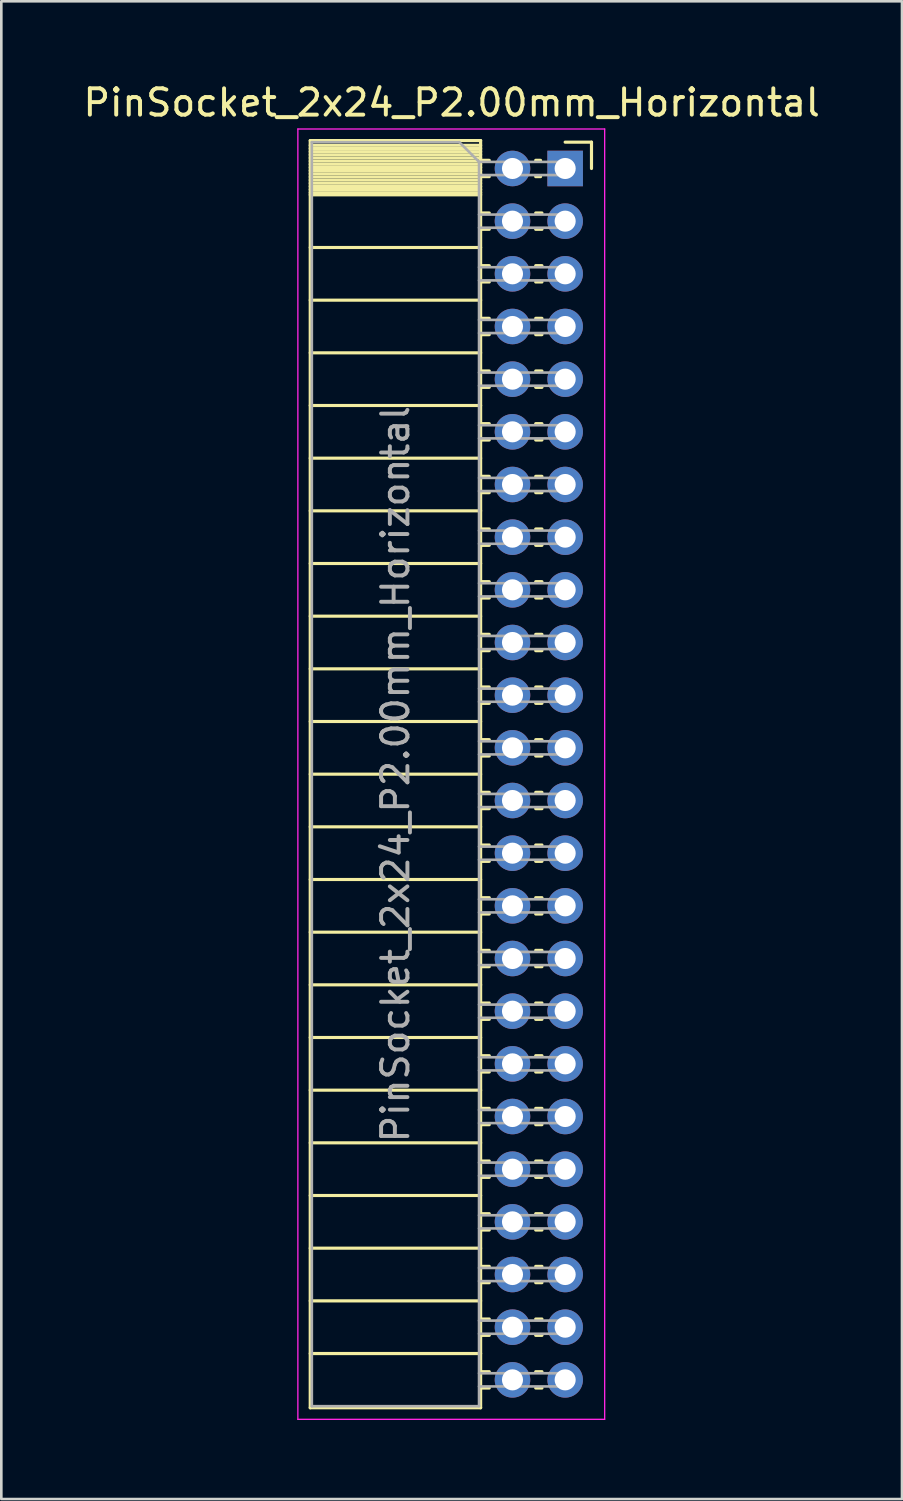
<source format=kicad_pcb>
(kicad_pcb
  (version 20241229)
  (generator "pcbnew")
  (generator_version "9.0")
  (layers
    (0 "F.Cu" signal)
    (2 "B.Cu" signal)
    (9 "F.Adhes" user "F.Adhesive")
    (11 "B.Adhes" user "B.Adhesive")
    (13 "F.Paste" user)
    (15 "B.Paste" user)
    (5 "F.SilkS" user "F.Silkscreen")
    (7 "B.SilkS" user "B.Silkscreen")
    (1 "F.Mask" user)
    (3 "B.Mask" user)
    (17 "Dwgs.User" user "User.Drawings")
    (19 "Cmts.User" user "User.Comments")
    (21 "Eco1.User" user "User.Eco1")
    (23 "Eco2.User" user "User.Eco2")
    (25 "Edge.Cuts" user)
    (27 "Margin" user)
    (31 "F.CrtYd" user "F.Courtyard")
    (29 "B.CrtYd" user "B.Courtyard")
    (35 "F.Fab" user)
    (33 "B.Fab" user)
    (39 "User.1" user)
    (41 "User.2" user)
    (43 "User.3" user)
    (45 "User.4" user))
  (footprint "PinSocket_2x24_P2.00mm_Horizontal"
    (layer "F.Cu")
    (at 18.411 3.348)
    (property "Reference" "PinSocket_2x24_P2.00mm_Horizontal" (at -4.31 -2.5 0) (layer "F.SilkS") (effects (font (size 1 1) (thickness 0.15))))
    (attr through_hole)
    (fp_line (start -9.68 -1.06) (end -9.68 47.06) (stroke (width 0.12) (type solid)) (layer "F.SilkS"))
    (fp_line (start -9.68 -1.06) (end -3.21 -1.06) (stroke (width 0.12) (type solid)) (layer "F.SilkS"))
    (fp_line (start -9.68 -0.88) (end -3.21 -0.88) (stroke (width 0.12) (type solid)) (layer "F.SilkS"))
    (fp_line (start -9.68 -0.76) (end -3.21 -0.76) (stroke (width 0.12) (type solid)) (layer "F.SilkS"))
    (fp_line (start -9.68 -0.64) (end -3.21 -0.64) (stroke (width 0.12) (type solid)) (layer "F.SilkS"))
    (fp_line (start -9.68 -0.52) (end -3.21 -0.52) (stroke (width 0.12) (type solid)) (layer "F.SilkS"))
    (fp_line (start -9.68 -0.4) (end -3.21 -0.4) (stroke (width 0.12) (type solid)) (layer "F.SilkS"))
    (fp_line (start -9.68 -0.28) (end -3.21 -0.28) (stroke (width 0.12) (type solid)) (layer "F.SilkS"))
    (fp_line (start -9.68 -0.16) (end -3.21 -0.16) (stroke (width 0.12) (type solid)) (layer "F.SilkS"))
    (fp_line (start -9.68 -0.04) (end -3.21 -0.04) (stroke (width 0.12) (type solid)) (layer "F.SilkS"))
    (fp_line (start -9.68 0.08) (end -3.21 0.08) (stroke (width 0.12) (type solid)) (layer "F.SilkS"))
    (fp_line (start -9.68 0.2) (end -3.21 0.2) (stroke (width 0.12) (type solid)) (layer "F.SilkS"))
    (fp_line (start -9.68 0.32) (end -3.21 0.32) (stroke (width 0.12) (type solid)) (layer "F.SilkS"))
    (fp_line (start -9.68 0.44) (end -3.21 0.44) (stroke (width 0.12) (type solid)) (layer "F.SilkS"))
    (fp_line (start -9.68 0.56) (end -3.21 0.56) (stroke (width 0.12) (type solid)) (layer "F.SilkS"))
    (fp_line (start -9.68 0.68) (end -3.21 0.68) (stroke (width 0.12) (type solid)) (layer "F.SilkS"))
    (fp_line (start -9.68 0.8) (end -3.21 0.8) (stroke (width 0.12) (type solid)) (layer "F.SilkS"))
    (fp_line (start -9.68 0.92) (end -3.21 0.92) (stroke (width 0.12) (type solid)) (layer "F.SilkS"))
    (fp_line (start -9.68 1) (end -3.21 1) (stroke (width 0.12) (type solid)) (layer "F.SilkS"))
    (fp_line (start -9.68 3) (end -3.21 3) (stroke (width 0.12) (type solid)) (layer "F.SilkS"))
    (fp_line (start -9.68 5) (end -3.21 5) (stroke (width 0.12) (type solid)) (layer "F.SilkS"))
    (fp_line (start -9.68 7) (end -3.21 7) (stroke (width 0.12) (type solid)) (layer "F.SilkS"))
    (fp_line (start -9.68 9) (end -3.21 9) (stroke (width 0.12) (type solid)) (layer "F.SilkS"))
    (fp_line (start -9.68 11) (end -3.21 11) (stroke (width 0.12) (type solid)) (layer "F.SilkS"))
    (fp_line (start -9.68 13) (end -3.21 13) (stroke (width 0.12) (type solid)) (layer "F.SilkS"))
    (fp_line (start -9.68 15) (end -3.21 15) (stroke (width 0.12) (type solid)) (layer "F.SilkS"))
    (fp_line (start -9.68 17) (end -3.21 17) (stroke (width 0.12) (type solid)) (layer "F.SilkS"))
    (fp_line (start -9.68 19) (end -3.21 19) (stroke (width 0.12) (type solid)) (layer "F.SilkS"))
    (fp_line (start -9.68 21) (end -3.21 21) (stroke (width 0.12) (type solid)) (layer "F.SilkS"))
    (fp_line (start -9.68 23) (end -3.21 23) (stroke (width 0.12) (type solid)) (layer "F.SilkS"))
    (fp_line (start -9.68 25) (end -3.21 25) (stroke (width 0.12) (type solid)) (layer "F.SilkS"))
    (fp_line (start -9.68 27) (end -3.21 27) (stroke (width 0.12) (type solid)) (layer "F.SilkS"))
    (fp_line (start -9.68 29) (end -3.21 29) (stroke (width 0.12) (type solid)) (layer "F.SilkS"))
    (fp_line (start -9.68 31) (end -3.21 31) (stroke (width 0.12) (type solid)) (layer "F.SilkS"))
    (fp_line (start -9.68 33) (end -3.21 33) (stroke (width 0.12) (type solid)) (layer "F.SilkS"))
    (fp_line (start -9.68 35) (end -3.21 35) (stroke (width 0.12) (type solid)) (layer "F.SilkS"))
    (fp_line (start -9.68 37) (end -3.21 37) (stroke (width 0.12) (type solid)) (layer "F.SilkS"))
    (fp_line (start -9.68 39) (end -3.21 39) (stroke (width 0.12) (type solid)) (layer "F.SilkS"))
    (fp_line (start -9.68 41) (end -3.21 41) (stroke (width 0.12) (type solid)) (layer "F.SilkS"))
    (fp_line (start -9.68 43) (end -3.21 43) (stroke (width 0.12) (type solid)) (layer "F.SilkS"))
    (fp_line (start -9.68 45) (end -3.21 45) (stroke (width 0.12) (type solid)) (layer "F.SilkS"))
    (fp_line (start -9.68 47.06) (end -3.21 47.06) (stroke (width 0.12) (type solid)) (layer "F.SilkS"))
    (fp_line (start -3.21 -1.06) (end -3.21 47.06) (stroke (width 0.12) (type solid)) (layer "F.SilkS"))
    (fp_line (start -3.21 -0.31) (end -2.882 -0.31) (stroke (width 0.12) (type solid)) (layer "F.SilkS"))
    (fp_line (start -3.21 0.31) (end -2.882 0.31) (stroke (width 0.12) (type solid)) (layer "F.SilkS"))
    (fp_line (start -3.21 1.69) (end -2.882 1.69) (stroke (width 0.12) (type solid)) (layer "F.SilkS"))
    (fp_line (start -3.21 2.31) (end -2.882 2.31) (stroke (width 0.12) (type solid)) (layer "F.SilkS"))
    (fp_line (start -3.21 3.69) (end -2.882 3.69) (stroke (width 0.12) (type solid)) (layer "F.SilkS"))
    (fp_line (start -3.21 4.31) (end -2.882 4.31) (stroke (width 0.12) (type solid)) (layer "F.SilkS"))
    (fp_line (start -3.21 5.69) (end -2.882 5.69) (stroke (width 0.12) (type solid)) (layer "F.SilkS"))
    (fp_line (start -3.21 6.31) (end -2.882 6.31) (stroke (width 0.12) (type solid)) (layer "F.SilkS"))
    (fp_line (start -3.21 7.69) (end -2.882 7.69) (stroke (width 0.12) (type solid)) (layer "F.SilkS"))
    (fp_line (start -3.21 8.31) (end -2.882 8.31) (stroke (width 0.12) (type solid)) (layer "F.SilkS"))
    (fp_line (start -3.21 9.69) (end -2.882 9.69) (stroke (width 0.12) (type solid)) (layer "F.SilkS"))
    (fp_line (start -3.21 10.31) (end -2.882 10.31) (stroke (width 0.12) (type solid)) (layer "F.SilkS"))
    (fp_line (start -3.21 11.69) (end -2.882 11.69) (stroke (width 0.12) (type solid)) (layer "F.SilkS"))
    (fp_line (start -3.21 12.31) (end -2.882 12.31) (stroke (width 0.12) (type solid)) (layer "F.SilkS"))
    (fp_line (start -3.21 13.69) (end -2.882 13.69) (stroke (width 0.12) (type solid)) (layer "F.SilkS"))
    (fp_line (start -3.21 14.31) (end -2.882 14.31) (stroke (width 0.12) (type solid)) (layer "F.SilkS"))
    (fp_line (start -3.21 15.69) (end -2.882 15.69) (stroke (width 0.12) (type solid)) (layer "F.SilkS"))
    (fp_line (start -3.21 16.31) (end -2.882 16.31) (stroke (width 0.12) (type solid)) (layer "F.SilkS"))
    (fp_line (start -3.21 17.69) (end -2.882 17.69) (stroke (width 0.12) (type solid)) (layer "F.SilkS"))
    (fp_line (start -3.21 18.31) (end -2.882 18.31) (stroke (width 0.12) (type solid)) (layer "F.SilkS"))
    (fp_line (start -3.21 19.69) (end -2.882 19.69) (stroke (width 0.12) (type solid)) (layer "F.SilkS"))
    (fp_line (start -3.21 20.31) (end -2.882 20.31) (stroke (width 0.12) (type solid)) (layer "F.SilkS"))
    (fp_line (start -3.21 21.69) (end -2.882 21.69) (stroke (width 0.12) (type solid)) (layer "F.SilkS"))
    (fp_line (start -3.21 22.31) (end -2.882 22.31) (stroke (width 0.12) (type solid)) (layer "F.SilkS"))
    (fp_line (start -3.21 23.69) (end -2.882 23.69) (stroke (width 0.12) (type solid)) (layer "F.SilkS"))
    (fp_line (start -3.21 24.31) (end -2.882 24.31) (stroke (width 0.12) (type solid)) (layer "F.SilkS"))
    (fp_line (start -3.21 25.69) (end -2.882 25.69) (stroke (width 0.12) (type solid)) (layer "F.SilkS"))
    (fp_line (start -3.21 26.31) (end -2.882 26.31) (stroke (width 0.12) (type solid)) (layer "F.SilkS"))
    (fp_line (start -3.21 27.69) (end -2.882 27.69) (stroke (width 0.12) (type solid)) (layer "F.SilkS"))
    (fp_line (start -3.21 28.31) (end -2.882 28.31) (stroke (width 0.12) (type solid)) (layer "F.SilkS"))
    (fp_line (start -3.21 29.69) (end -2.882 29.69) (stroke (width 0.12) (type solid)) (layer "F.SilkS"))
    (fp_line (start -3.21 30.31) (end -2.882 30.31) (stroke (width 0.12) (type solid)) (layer "F.SilkS"))
    (fp_line (start -3.21 31.69) (end -2.882 31.69) (stroke (width 0.12) (type solid)) (layer "F.SilkS"))
    (fp_line (start -3.21 32.31) (end -2.882 32.31) (stroke (width 0.12) (type solid)) (layer "F.SilkS"))
    (fp_line (start -3.21 33.69) (end -2.882 33.69) (stroke (width 0.12) (type solid)) (layer "F.SilkS"))
    (fp_line (start -3.21 34.31) (end -2.882 34.31) (stroke (width 0.12) (type solid)) (layer "F.SilkS"))
    (fp_line (start -3.21 35.69) (end -2.882 35.69) (stroke (width 0.12) (type solid)) (layer "F.SilkS"))
    (fp_line (start -3.21 36.31) (end -2.882 36.31) (stroke (width 0.12) (type solid)) (layer "F.SilkS"))
    (fp_line (start -3.21 37.69) (end -2.882 37.69) (stroke (width 0.12) (type solid)) (layer "F.SilkS"))
    (fp_line (start -3.21 38.31) (end -2.882 38.31) (stroke (width 0.12) (type solid)) (layer "F.SilkS"))
    (fp_line (start -3.21 39.69) (end -2.882 39.69) (stroke (width 0.12) (type solid)) (layer "F.SilkS"))
    (fp_line (start -3.21 40.31) (end -2.882 40.31) (stroke (width 0.12) (type solid)) (layer "F.SilkS"))
    (fp_line (start -3.21 41.69) (end -2.882 41.69) (stroke (width 0.12) (type solid)) (layer "F.SilkS"))
    (fp_line (start -3.21 42.31) (end -2.882 42.31) (stroke (width 0.12) (type solid)) (layer "F.SilkS"))
    (fp_line (start -3.21 43.69) (end -2.882 43.69) (stroke (width 0.12) (type solid)) (layer "F.SilkS"))
    (fp_line (start -3.21 44.31) (end -2.882 44.31) (stroke (width 0.12) (type solid)) (layer "F.SilkS"))
    (fp_line (start -3.21 45.69) (end -2.882 45.69) (stroke (width 0.12) (type solid)) (layer "F.SilkS"))
    (fp_line (start -3.21 46.31) (end -2.882 46.31) (stroke (width 0.12) (type solid)) (layer "F.SilkS"))
    (fp_line (start -1.118 -0.31) (end -0.935 -0.31) (stroke (width 0.12) (type solid)) (layer "F.SilkS"))
    (fp_line (start -1.118 0.31) (end -0.935 0.31) (stroke (width 0.12) (type solid)) (layer "F.SilkS"))
    (fp_line (start -1.118 1.69) (end -0.882 1.69) (stroke (width 0.12) (type solid)) (layer "F.SilkS"))
    (fp_line (start -1.118 2.31) (end -0.882 2.31) (stroke (width 0.12) (type solid)) (layer "F.SilkS"))
    (fp_line (start -1.118 3.69) (end -0.882 3.69) (stroke (width 0.12) (type solid)) (layer "F.SilkS"))
    (fp_line (start -1.118 4.31) (end -0.882 4.31) (stroke (width 0.12) (type solid)) (layer "F.SilkS"))
    (fp_line (start -1.118 5.69) (end -0.882 5.69) (stroke (width 0.12) (type solid)) (layer "F.SilkS"))
    (fp_line (start -1.118 6.31) (end -0.882 6.31) (stroke (width 0.12) (type solid)) (layer "F.SilkS"))
    (fp_line (start -1.118 7.69) (end -0.882 7.69) (stroke (width 0.12) (type solid)) (layer "F.SilkS"))
    (fp_line (start -1.118 8.31) (end -0.882 8.31) (stroke (width 0.12) (type solid)) (layer "F.SilkS"))
    (fp_line (start -1.118 9.69) (end -0.882 9.69) (stroke (width 0.12) (type solid)) (layer "F.SilkS"))
    (fp_line (start -1.118 10.31) (end -0.882 10.31) (stroke (width 0.12) (type solid)) (layer "F.SilkS"))
    (fp_line (start -1.118 11.69) (end -0.882 11.69) (stroke (width 0.12) (type solid)) (layer "F.SilkS"))
    (fp_line (start -1.118 12.31) (end -0.882 12.31) (stroke (width 0.12) (type solid)) (layer "F.SilkS"))
    (fp_line (start -1.118 13.69) (end -0.882 13.69) (stroke (width 0.12) (type solid)) (layer "F.SilkS"))
    (fp_line (start -1.118 14.31) (end -0.882 14.31) (stroke (width 0.12) (type solid)) (layer "F.SilkS"))
    (fp_line (start -1.118 15.69) (end -0.882 15.69) (stroke (width 0.12) (type solid)) (layer "F.SilkS"))
    (fp_line (start -1.118 16.31) (end -0.882 16.31) (stroke (width 0.12) (type solid)) (layer "F.SilkS"))
    (fp_line (start -1.118 17.69) (end -0.882 17.69) (stroke (width 0.12) (type solid)) (layer "F.SilkS"))
    (fp_line (start -1.118 18.31) (end -0.882 18.31) (stroke (width 0.12) (type solid)) (layer "F.SilkS"))
    (fp_line (start -1.118 19.69) (end -0.882 19.69) (stroke (width 0.12) (type solid)) (layer "F.SilkS"))
    (fp_line (start -1.118 20.31) (end -0.882 20.31) (stroke (width 0.12) (type solid)) (layer "F.SilkS"))
    (fp_line (start -1.118 21.69) (end -0.882 21.69) (stroke (width 0.12) (type solid)) (layer "F.SilkS"))
    (fp_line (start -1.118 22.31) (end -0.882 22.31) (stroke (width 0.12) (type solid)) (layer "F.SilkS"))
    (fp_line (start -1.118 23.69) (end -0.882 23.69) (stroke (width 0.12) (type solid)) (layer "F.SilkS"))
    (fp_line (start -1.118 24.31) (end -0.882 24.31) (stroke (width 0.12) (type solid)) (layer "F.SilkS"))
    (fp_line (start -1.118 25.69) (end -0.882 25.69) (stroke (width 0.12) (type solid)) (layer "F.SilkS"))
    (fp_line (start -1.118 26.31) (end -0.882 26.31) (stroke (width 0.12) (type solid)) (layer "F.SilkS"))
    (fp_line (start -1.118 27.69) (end -0.882 27.69) (stroke (width 0.12) (type solid)) (layer "F.SilkS"))
    (fp_line (start -1.118 28.31) (end -0.882 28.31) (stroke (width 0.12) (type solid)) (layer "F.SilkS"))
    (fp_line (start -1.118 29.69) (end -0.882 29.69) (stroke (width 0.12) (type solid)) (layer "F.SilkS"))
    (fp_line (start -1.118 30.31) (end -0.882 30.31) (stroke (width 0.12) (type solid)) (layer "F.SilkS"))
    (fp_line (start -1.118 31.69) (end -0.882 31.69) (stroke (width 0.12) (type solid)) (layer "F.SilkS"))
    (fp_line (start -1.118 32.31) (end -0.882 32.31) (stroke (width 0.12) (type solid)) (layer "F.SilkS"))
    (fp_line (start -1.118 33.69) (end -0.882 33.69) (stroke (width 0.12) (type solid)) (layer "F.SilkS"))
    (fp_line (start -1.118 34.31) (end -0.882 34.31) (stroke (width 0.12) (type solid)) (layer "F.SilkS"))
    (fp_line (start -1.118 35.69) (end -0.882 35.69) (stroke (width 0.12) (type solid)) (layer "F.SilkS"))
    (fp_line (start -1.118 36.31) (end -0.882 36.31) (stroke (width 0.12) (type solid)) (layer "F.SilkS"))
    (fp_line (start -1.118 37.69) (end -0.882 37.69) (stroke (width 0.12) (type solid)) (layer "F.SilkS"))
    (fp_line (start -1.118 38.31) (end -0.882 38.31) (stroke (width 0.12) (type solid)) (layer "F.SilkS"))
    (fp_line (start -1.118 39.69) (end -0.882 39.69) (stroke (width 0.12) (type solid)) (layer "F.SilkS"))
    (fp_line (start -1.118 40.31) (end -0.882 40.31) (stroke (width 0.12) (type solid)) (layer "F.SilkS"))
    (fp_line (start -1.118 41.69) (end -0.882 41.69) (stroke (width 0.12) (type solid)) (layer "F.SilkS"))
    (fp_line (start -1.118 42.31) (end -0.882 42.31) (stroke (width 0.12) (type solid)) (layer "F.SilkS"))
    (fp_line (start -1.118 43.69) (end -0.882 43.69) (stroke (width 0.12) (type solid)) (layer "F.SilkS"))
    (fp_line (start -1.118 44.31) (end -0.882 44.31) (stroke (width 0.12) (type solid)) (layer "F.SilkS"))
    (fp_line (start -1.118 45.69) (end -0.882 45.69) (stroke (width 0.12) (type solid)) (layer "F.SilkS"))
    (fp_line (start -1.118 46.31) (end -0.882 46.31) (stroke (width 0.12) (type solid)) (layer "F.SilkS"))
    (fp_line (start 0 -1) (end 1 -1) (stroke (width 0.12) (type solid)) (layer "F.SilkS"))
    (fp_line (start 1 -1) (end 1 0) (stroke (width 0.12) (type solid)) (layer "F.SilkS"))
    (fp_line (start -10.15 -1.5) (end -10.15 47.5) (stroke (width 0.05) (type solid)) (layer "F.CrtYd"))
    (fp_line (start -10.15 47.5) (end 1.5 47.5) (stroke (width 0.05) (type solid)) (layer "F.CrtYd"))
    (fp_line (start 1.5 -1.5) (end -10.15 -1.5) (stroke (width 0.05) (type solid)) (layer "F.CrtYd"))
    (fp_line (start 1.5 47.5) (end 1.5 -1.5) (stroke (width 0.05) (type solid)) (layer "F.CrtYd"))
    (fp_line (start -9.62 -1) (end -4.02 -1) (stroke (width 0.1) (type solid)) (layer "F.Fab"))
    (fp_line (start -9.62 47) (end -9.62 -1) (stroke (width 0.1) (type solid)) (layer "F.Fab"))
    (fp_line (start -4.02 -1) (end -3.27 -0.25) (stroke (width 0.1) (type solid)) (layer "F.Fab"))
    (fp_line (start -3.27 -0.25) (end -3.27 47) (stroke (width 0.1) (type solid)) (layer "F.Fab"))
    (fp_line (start -3.27 0.25) (end 0 0.25) (stroke (width 0.1) (type solid)) (layer "F.Fab"))
    (fp_line (start -3.27 2.25) (end 0 2.25) (stroke (width 0.1) (type solid)) (layer "F.Fab"))
    (fp_line (start -3.27 4.25) (end 0 4.25) (stroke (width 0.1) (type solid)) (layer "F.Fab"))
    (fp_line (start -3.27 6.25) (end 0 6.25) (stroke (width 0.1) (type solid)) (layer "F.Fab"))
    (fp_line (start -3.27 8.25) (end 0 8.25) (stroke (width 0.1) (type solid)) (layer "F.Fab"))
    (fp_line (start -3.27 10.25) (end 0 10.25) (stroke (width 0.1) (type solid)) (layer "F.Fab"))
    (fp_line (start -3.27 12.25) (end 0 12.25) (stroke (width 0.1) (type solid)) (layer "F.Fab"))
    (fp_line (start -3.27 14.25) (end 0 14.25) (stroke (width 0.1) (type solid)) (layer "F.Fab"))
    (fp_line (start -3.27 16.25) (end 0 16.25) (stroke (width 0.1) (type solid)) (layer "F.Fab"))
    (fp_line (start -3.27 18.25) (end 0 18.25) (stroke (width 0.1) (type solid)) (layer "F.Fab"))
    (fp_line (start -3.27 20.25) (end 0 20.25) (stroke (width 0.1) (type solid)) (layer "F.Fab"))
    (fp_line (start -3.27 22.25) (end 0 22.25) (stroke (width 0.1) (type solid)) (layer "F.Fab"))
    (fp_line (start -3.27 24.25) (end 0 24.25) (stroke (width 0.1) (type solid)) (layer "F.Fab"))
    (fp_line (start -3.27 26.25) (end 0 26.25) (stroke (width 0.1) (type solid)) (layer "F.Fab"))
    (fp_line (start -3.27 28.25) (end 0 28.25) (stroke (width 0.1) (type solid)) (layer "F.Fab"))
    (fp_line (start -3.27 30.25) (end 0 30.25) (stroke (width 0.1) (type solid)) (layer "F.Fab"))
    (fp_line (start -3.27 32.25) (end 0 32.25) (stroke (width 0.1) (type solid)) (layer "F.Fab"))
    (fp_line (start -3.27 34.25) (end 0 34.25) (stroke (width 0.1) (type solid)) (layer "F.Fab"))
    (fp_line (start -3.27 36.25) (end 0 36.25) (stroke (width 0.1) (type solid)) (layer "F.Fab"))
    (fp_line (start -3.27 38.25) (end 0 38.25) (stroke (width 0.1) (type solid)) (layer "F.Fab"))
    (fp_line (start -3.27 40.25) (end 0 40.25) (stroke (width 0.1) (type solid)) (layer "F.Fab"))
    (fp_line (start -3.27 42.25) (end 0 42.25) (stroke (width 0.1) (type solid)) (layer "F.Fab"))
    (fp_line (start -3.27 44.25) (end 0 44.25) (stroke (width 0.1) (type solid)) (layer "F.Fab"))
    (fp_line (start -3.27 46.25) (end 0 46.25) (stroke (width 0.1) (type solid)) (layer "F.Fab"))
    (fp_line (start -3.27 47) (end -9.62 47) (stroke (width 0.1) (type solid)) (layer "F.Fab"))
    (fp_line (start 0 -0.25) (end -3.27 -0.25) (stroke (width 0.1) (type solid)) (layer "F.Fab"))
    (fp_line (start 0 0.25) (end 0 -0.25) (stroke (width 0.1) (type solid)) (layer "F.Fab"))
    (fp_line (start 0 1.75) (end -3.27 1.75) (stroke (width 0.1) (type solid)) (layer "F.Fab"))
    (fp_line (start 0 2.25) (end 0 1.75) (stroke (width 0.1) (type solid)) (layer "F.Fab"))
    (fp_line (start 0 3.75) (end -3.27 3.75) (stroke (width 0.1) (type solid)) (layer "F.Fab"))
    (fp_line (start 0 4.25) (end 0 3.75) (stroke (width 0.1) (type solid)) (layer "F.Fab"))
    (fp_line (start 0 5.75) (end -3.27 5.75) (stroke (width 0.1) (type solid)) (layer "F.Fab"))
    (fp_line (start 0 6.25) (end 0 5.75) (stroke (width 0.1) (type solid)) (layer "F.Fab"))
    (fp_line (start 0 7.75) (end -3.27 7.75) (stroke (width 0.1) (type solid)) (layer "F.Fab"))
    (fp_line (start 0 8.25) (end 0 7.75) (stroke (width 0.1) (type solid)) (layer "F.Fab"))
    (fp_line (start 0 9.75) (end -3.27 9.75) (stroke (width 0.1) (type solid)) (layer "F.Fab"))
    (fp_line (start 0 10.25) (end 0 9.75) (stroke (width 0.1) (type solid)) (layer "F.Fab"))
    (fp_line (start 0 11.75) (end -3.27 11.75) (stroke (width 0.1) (type solid)) (layer "F.Fab"))
    (fp_line (start 0 12.25) (end 0 11.75) (stroke (width 0.1) (type solid)) (layer "F.Fab"))
    (fp_line (start 0 13.75) (end -3.27 13.75) (stroke (width 0.1) (type solid)) (layer "F.Fab"))
    (fp_line (start 0 14.25) (end 0 13.75) (stroke (width 0.1) (type solid)) (layer "F.Fab"))
    (fp_line (start 0 15.75) (end -3.27 15.75) (stroke (width 0.1) (type solid)) (layer "F.Fab"))
    (fp_line (start 0 16.25) (end 0 15.75) (stroke (width 0.1) (type solid)) (layer "F.Fab"))
    (fp_line (start 0 17.75) (end -3.27 17.75) (stroke (width 0.1) (type solid)) (layer "F.Fab"))
    (fp_line (start 0 18.25) (end 0 17.75) (stroke (width 0.1) (type solid)) (layer "F.Fab"))
    (fp_line (start 0 19.75) (end -3.27 19.75) (stroke (width 0.1) (type solid)) (layer "F.Fab"))
    (fp_line (start 0 20.25) (end 0 19.75) (stroke (width 0.1) (type solid)) (layer "F.Fab"))
    (fp_line (start 0 21.75) (end -3.27 21.75) (stroke (width 0.1) (type solid)) (layer "F.Fab"))
    (fp_line (start 0 22.25) (end 0 21.75) (stroke (width 0.1) (type solid)) (layer "F.Fab"))
    (fp_line (start 0 23.75) (end -3.27 23.75) (stroke (width 0.1) (type solid)) (layer "F.Fab"))
    (fp_line (start 0 24.25) (end 0 23.75) (stroke (width 0.1) (type solid)) (layer "F.Fab"))
    (fp_line (start 0 25.75) (end -3.27 25.75) (stroke (width 0.1) (type solid)) (layer "F.Fab"))
    (fp_line (start 0 26.25) (end 0 25.75) (stroke (width 0.1) (type solid)) (layer "F.Fab"))
    (fp_line (start 0 27.75) (end -3.27 27.75) (stroke (width 0.1) (type solid)) (layer "F.Fab"))
    (fp_line (start 0 28.25) (end 0 27.75) (stroke (width 0.1) (type solid)) (layer "F.Fab"))
    (fp_line (start 0 29.75) (end -3.27 29.75) (stroke (width 0.1) (type solid)) (layer "F.Fab"))
    (fp_line (start 0 30.25) (end 0 29.75) (stroke (width 0.1) (type solid)) (layer "F.Fab"))
    (fp_line (start 0 31.75) (end -3.27 31.75) (stroke (width 0.1) (type solid)) (layer "F.Fab"))
    (fp_line (start 0 32.25) (end 0 31.75) (stroke (width 0.1) (type solid)) (layer "F.Fab"))
    (fp_line (start 0 33.75) (end -3.27 33.75) (stroke (width 0.1) (type solid)) (layer "F.Fab"))
    (fp_line (start 0 34.25) (end 0 33.75) (stroke (width 0.1) (type solid)) (layer "F.Fab"))
    (fp_line (start 0 35.75) (end -3.27 35.75) (stroke (width 0.1) (type solid)) (layer "F.Fab"))
    (fp_line (start 0 36.25) (end 0 35.75) (stroke (width 0.1) (type solid)) (layer "F.Fab"))
    (fp_line (start 0 37.75) (end -3.27 37.75) (stroke (width 0.1) (type solid)) (layer "F.Fab"))
    (fp_line (start 0 38.25) (end 0 37.75) (stroke (width 0.1) (type solid)) (layer "F.Fab"))
    (fp_line (start 0 39.75) (end -3.27 39.75) (stroke (width 0.1) (type solid)) (layer "F.Fab"))
    (fp_line (start 0 40.25) (end 0 39.75) (stroke (width 0.1) (type solid)) (layer "F.Fab"))
    (fp_line (start 0 41.75) (end -3.27 41.75) (stroke (width 0.1) (type solid)) (layer "F.Fab"))
    (fp_line (start 0 42.25) (end 0 41.75) (stroke (width 0.1) (type solid)) (layer "F.Fab"))
    (fp_line (start 0 43.75) (end -3.27 43.75) (stroke (width 0.1) (type solid)) (layer "F.Fab"))
    (fp_line (start 0 44.25) (end 0 43.75) (stroke (width 0.1) (type solid)) (layer "F.Fab"))
    (fp_line (start 0 45.75) (end -3.27 45.75) (stroke (width 0.1) (type solid)) (layer "F.Fab"))
    (fp_line (start 0 46.25) (end 0 45.75) (stroke (width 0.1) (type solid)) (layer "F.Fab"))
    (fp_text user "${REFERENCE}" (at -6.445 23 90) (layer "F.Fab") (effects (font (size 1 1) (thickness 0.15))))
    (pad "1" thru_hole rect (at 0 0) (size 1.35 1.35) (drill 0.8) (layers "*.Cu" "*.Mask"))
    (pad "2" thru_hole oval (at -2 0) (size 1.35 1.35) (drill 0.8) (layers "*.Cu" "*.Mask"))
    (pad "3" thru_hole oval (at 0 2) (size 1.35 1.35) (drill 0.8) (layers "*.Cu" "*.Mask"))
    (pad "4" thru_hole oval (at -2 2) (size 1.35 1.35) (drill 0.8) (layers "*.Cu" "*.Mask"))
    (pad "5" thru_hole oval (at 0 4) (size 1.35 1.35) (drill 0.8) (layers "*.Cu" "*.Mask"))
    (pad "6" thru_hole oval (at -2 4) (size 1.35 1.35) (drill 0.8) (layers "*.Cu" "*.Mask"))
    (pad "7" thru_hole oval (at 0 6) (size 1.35 1.35) (drill 0.8) (layers "*.Cu" "*.Mask"))
    (pad "8" thru_hole oval (at -2 6) (size 1.35 1.35) (drill 0.8) (layers "*.Cu" "*.Mask"))
    (pad "9" thru_hole oval (at 0 8) (size 1.35 1.35) (drill 0.8) (layers "*.Cu" "*.Mask"))
    (pad "10" thru_hole oval (at -2 8) (size 1.35 1.35) (drill 0.8) (layers "*.Cu" "*.Mask"))
    (pad "11" thru_hole oval (at 0 10) (size 1.35 1.35) (drill 0.8) (layers "*.Cu" "*.Mask"))
    (pad "12" thru_hole oval (at -2 10) (size 1.35 1.35) (drill 0.8) (layers "*.Cu" "*.Mask"))
    (pad "13" thru_hole oval (at 0 12) (size 1.35 1.35) (drill 0.8) (layers "*.Cu" "*.Mask"))
    (pad "14" thru_hole oval (at -2 12) (size 1.35 1.35) (drill 0.8) (layers "*.Cu" "*.Mask"))
    (pad "15" thru_hole oval (at 0 14) (size 1.35 1.35) (drill 0.8) (layers "*.Cu" "*.Mask"))
    (pad "16" thru_hole oval (at -2 14) (size 1.35 1.35) (drill 0.8) (layers "*.Cu" "*.Mask"))
    (pad "17" thru_hole oval (at 0 16) (size 1.35 1.35) (drill 0.8) (layers "*.Cu" "*.Mask"))
    (pad "18" thru_hole oval (at -2 16) (size 1.35 1.35) (drill 0.8) (layers "*.Cu" "*.Mask"))
    (pad "19" thru_hole oval (at 0 18) (size 1.35 1.35) (drill 0.8) (layers "*.Cu" "*.Mask"))
    (pad "20" thru_hole oval (at -2 18) (size 1.35 1.35) (drill 0.8) (layers "*.Cu" "*.Mask"))
    (pad "21" thru_hole oval (at 0 20) (size 1.35 1.35) (drill 0.8) (layers "*.Cu" "*.Mask"))
    (pad "22" thru_hole oval (at -2 20) (size 1.35 1.35) (drill 0.8) (layers "*.Cu" "*.Mask"))
    (pad "23" thru_hole oval (at 0 22) (size 1.35 1.35) (drill 0.8) (layers "*.Cu" "*.Mask"))
    (pad "24" thru_hole oval (at -2 22) (size 1.35 1.35) (drill 0.8) (layers "*.Cu" "*.Mask"))
    (pad "25" thru_hole oval (at 0 24) (size 1.35 1.35) (drill 0.8) (layers "*.Cu" "*.Mask"))
    (pad "26" thru_hole oval (at -2 24) (size 1.35 1.35) (drill 0.8) (layers "*.Cu" "*.Mask"))
    (pad "27" thru_hole oval (at 0 26) (size 1.35 1.35) (drill 0.8) (layers "*.Cu" "*.Mask"))
    (pad "28" thru_hole oval (at -2 26) (size 1.35 1.35) (drill 0.8) (layers "*.Cu" "*.Mask"))
    (pad "29" thru_hole oval (at 0 28) (size 1.35 1.35) (drill 0.8) (layers "*.Cu" "*.Mask"))
    (pad "30" thru_hole oval (at -2 28) (size 1.35 1.35) (drill 0.8) (layers "*.Cu" "*.Mask"))
    (pad "31" thru_hole oval (at 0 30) (size 1.35 1.35) (drill 0.8) (layers "*.Cu" "*.Mask"))
    (pad "32" thru_hole oval (at -2 30) (size 1.35 1.35) (drill 0.8) (layers "*.Cu" "*.Mask"))
    (pad "33" thru_hole oval (at 0 32) (size 1.35 1.35) (drill 0.8) (layers "*.Cu" "*.Mask"))
    (pad "34" thru_hole oval (at -2 32) (size 1.35 1.35) (drill 0.8) (layers "*.Cu" "*.Mask"))
    (pad "35" thru_hole oval (at 0 34) (size 1.35 1.35) (drill 0.8) (layers "*.Cu" "*.Mask"))
    (pad "36" thru_hole oval (at -2 34) (size 1.35 1.35) (drill 0.8) (layers "*.Cu" "*.Mask"))
    (pad "37" thru_hole oval (at 0 36) (size 1.35 1.35) (drill 0.8) (layers "*.Cu" "*.Mask"))
    (pad "38" thru_hole oval (at -2 36) (size 1.35 1.35) (drill 0.8) (layers "*.Cu" "*.Mask"))
    (pad "39" thru_hole oval (at 0 38) (size 1.35 1.35) (drill 0.8) (layers "*.Cu" "*.Mask"))
    (pad "40" thru_hole oval (at -2 38) (size 1.35 1.35) (drill 0.8) (layers "*.Cu" "*.Mask"))
    (pad "41" thru_hole oval (at 0 40) (size 1.35 1.35) (drill 0.8) (layers "*.Cu" "*.Mask"))
    (pad "42" thru_hole oval (at -2 40) (size 1.35 1.35) (drill 0.8) (layers "*.Cu" "*.Mask"))
    (pad "43" thru_hole oval (at 0 42) (size 1.35 1.35) (drill 0.8) (layers "*.Cu" "*.Mask"))
    (pad "44" thru_hole oval (at -2 42) (size 1.35 1.35) (drill 0.8) (layers "*.Cu" "*.Mask"))
    (pad "45" thru_hole oval (at 0 44) (size 1.35 1.35) (drill 0.8) (layers "*.Cu" "*.Mask"))
    (pad "46" thru_hole oval (at -2 44) (size 1.35 1.35) (drill 0.8) (layers "*.Cu" "*.Mask"))
    (pad "47" thru_hole oval (at 0 46) (size 1.35 1.35) (drill 0.8) (layers "*.Cu" "*.Mask"))
    (pad "48" thru_hole oval (at -2 46) (size 1.35 1.35) (drill 0.8) (layers "*.Cu" "*.Mask")))
  (gr_rect
    (start -3 -3)
    (end 31.202 53.873)
    (stroke (width 0.1) (type default))
    (fill no)
    (layer "Edge.Cuts")))
</source>
